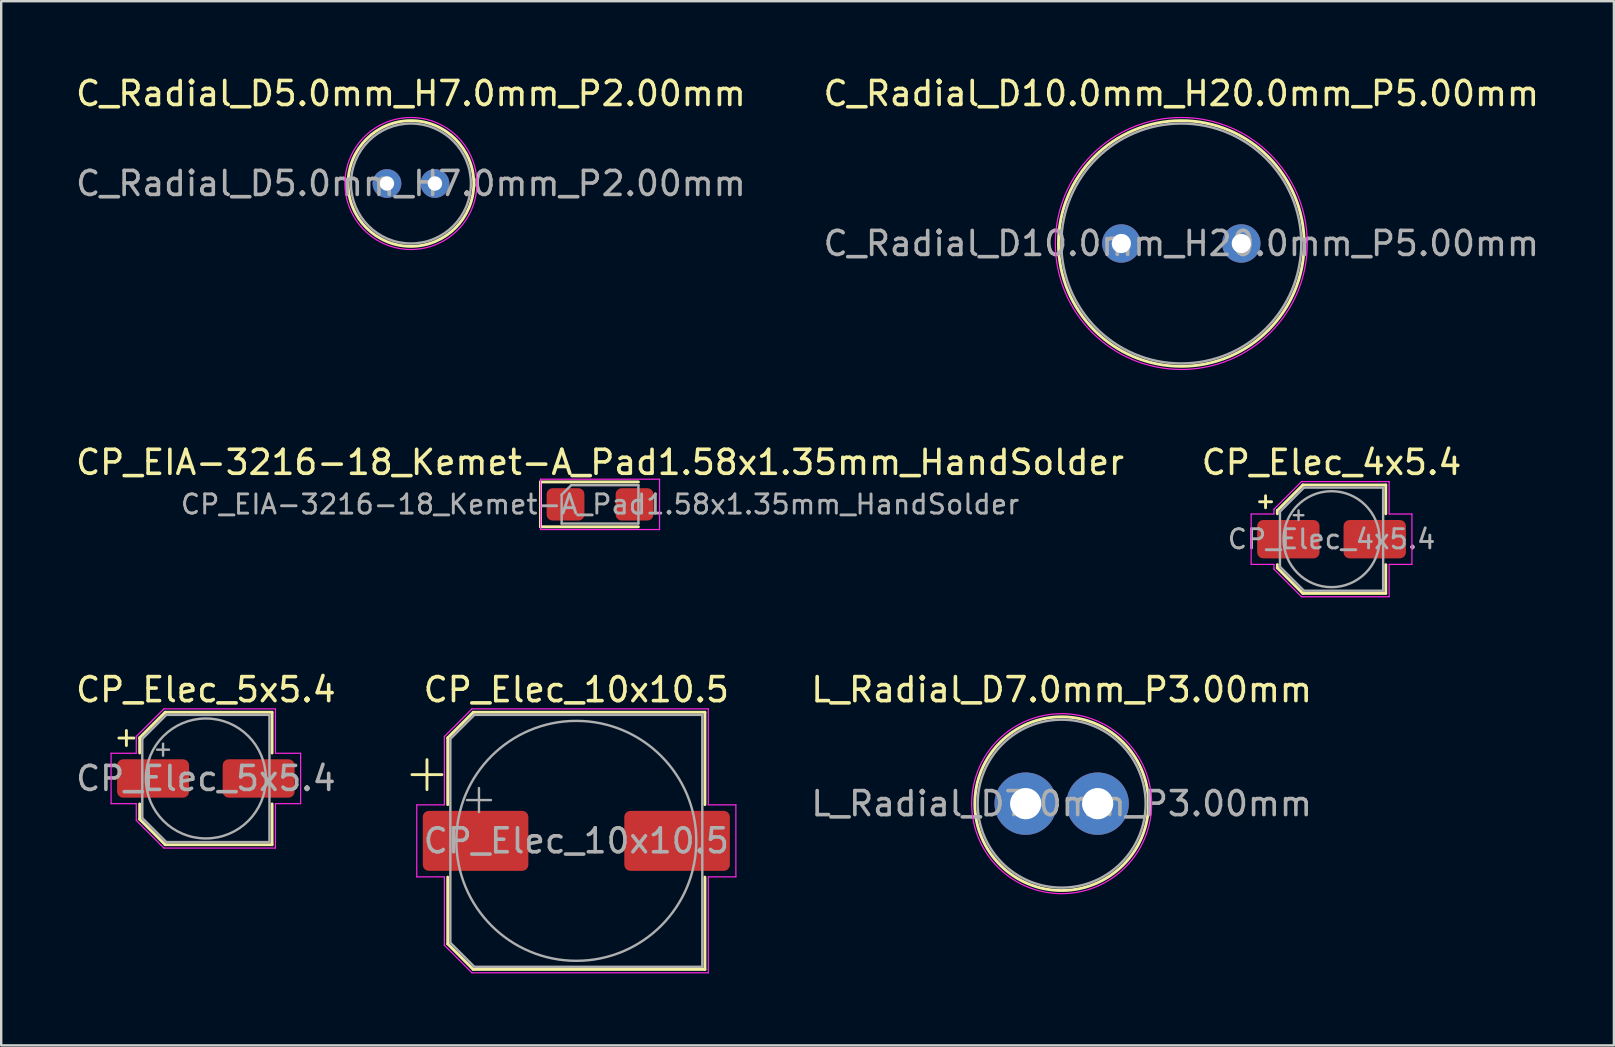
<source format=kicad_pcb>
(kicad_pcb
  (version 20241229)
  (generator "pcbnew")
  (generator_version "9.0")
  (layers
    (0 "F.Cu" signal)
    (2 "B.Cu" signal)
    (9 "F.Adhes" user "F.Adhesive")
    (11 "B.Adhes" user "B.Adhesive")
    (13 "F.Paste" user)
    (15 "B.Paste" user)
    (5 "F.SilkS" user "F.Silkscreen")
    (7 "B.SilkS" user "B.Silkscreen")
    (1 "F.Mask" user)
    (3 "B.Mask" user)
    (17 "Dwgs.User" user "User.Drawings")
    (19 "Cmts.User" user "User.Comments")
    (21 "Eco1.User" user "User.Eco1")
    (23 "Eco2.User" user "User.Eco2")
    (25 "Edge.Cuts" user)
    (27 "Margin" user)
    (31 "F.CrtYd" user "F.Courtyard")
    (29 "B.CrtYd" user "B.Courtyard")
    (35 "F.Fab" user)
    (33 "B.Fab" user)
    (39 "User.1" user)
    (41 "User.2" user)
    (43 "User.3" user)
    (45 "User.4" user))
  (footprint "CP_Elec_10x10.5"
    (layer "F.Cu")
    (at 20.97 31.995)
    (property "Reference" "CP_Elec_10x10.5" (at 0 -6.3 0) (layer "F.SilkS") (effects (font (size 1 1) (thickness 0.15))))
    (attr smd)
    (fp_line (start -6.85 -2.76) (end -5.6 -2.76) (stroke (width 0.12) (type solid)) (layer "F.SilkS"))
    (fp_line (start -6.225 -3.385) (end -6.225 -2.135) (stroke (width 0.12) (type solid)) (layer "F.SilkS"))
    (fp_line (start -5.36 -4.296) (end -5.36 -1.51) (stroke (width 0.12) (type solid)) (layer "F.SilkS"))
    (fp_line (start -5.36 -4.296) (end -4.296 -5.36) (stroke (width 0.12) (type solid)) (layer "F.SilkS"))
    (fp_line (start -5.36 4.296) (end -5.36 1.51) (stroke (width 0.12) (type solid)) (layer "F.SilkS"))
    (fp_line (start -5.36 4.296) (end -4.296 5.36) (stroke (width 0.12) (type solid)) (layer "F.SilkS"))
    (fp_line (start -4.296 -5.36) (end 5.36 -5.36) (stroke (width 0.12) (type solid)) (layer "F.SilkS"))
    (fp_line (start -4.296 5.36) (end 5.36 5.36) (stroke (width 0.12) (type solid)) (layer "F.SilkS"))
    (fp_line (start 5.36 -5.36) (end 5.36 -1.51) (stroke (width 0.12) (type solid)) (layer "F.SilkS"))
    (fp_line (start 5.36 5.36) (end 5.36 1.51) (stroke (width 0.12) (type solid)) (layer "F.SilkS"))
    (fp_line (start -6.65 -1.5) (end -6.65 1.5) (stroke (width 0.05) (type solid)) (layer "F.CrtYd"))
    (fp_line (start -6.65 1.5) (end -5.5 1.5) (stroke (width 0.05) (type solid)) (layer "F.CrtYd"))
    (fp_line (start -5.5 -4.35) (end -5.5 -1.5) (stroke (width 0.05) (type solid)) (layer "F.CrtYd"))
    (fp_line (start -5.5 -4.35) (end -4.35 -5.5) (stroke (width 0.05) (type solid)) (layer "F.CrtYd"))
    (fp_line (start -5.5 -1.5) (end -6.65 -1.5) (stroke (width 0.05) (type solid)) (layer "F.CrtYd"))
    (fp_line (start -5.5 1.5) (end -5.5 4.35) (stroke (width 0.05) (type solid)) (layer "F.CrtYd"))
    (fp_line (start -5.5 4.35) (end -4.35 5.5) (stroke (width 0.05) (type solid)) (layer "F.CrtYd"))
    (fp_line (start -4.35 -5.5) (end 5.5 -5.5) (stroke (width 0.05) (type solid)) (layer "F.CrtYd"))
    (fp_line (start -4.35 5.5) (end 5.5 5.5) (stroke (width 0.05) (type solid)) (layer "F.CrtYd"))
    (fp_line (start 5.5 -5.5) (end 5.5 -1.5) (stroke (width 0.05) (type solid)) (layer "F.CrtYd"))
    (fp_line (start 5.5 -1.5) (end 6.65 -1.5) (stroke (width 0.05) (type solid)) (layer "F.CrtYd"))
    (fp_line (start 5.5 1.5) (end 5.5 5.5) (stroke (width 0.05) (type solid)) (layer "F.CrtYd"))
    (fp_line (start 6.65 -1.5) (end 6.65 1.5) (stroke (width 0.05) (type solid)) (layer "F.CrtYd"))
    (fp_line (start 6.65 1.5) (end 5.5 1.5) (stroke (width 0.05) (type solid)) (layer "F.CrtYd"))
    (fp_line (start -5.25 -4.25) (end -5.25 4.25) (stroke (width 0.1) (type solid)) (layer "F.Fab"))
    (fp_line (start -5.25 -4.25) (end -4.25 -5.25) (stroke (width 0.1) (type solid)) (layer "F.Fab"))
    (fp_line (start -5.25 4.25) (end -4.25 5.25) (stroke (width 0.1) (type solid)) (layer "F.Fab"))
    (fp_line (start -4.558 -1.7) (end -3.558 -1.7) (stroke (width 0.1) (type solid)) (layer "F.Fab"))
    (fp_line (start -4.25 -5.25) (end 5.25 -5.25) (stroke (width 0.1) (type solid)) (layer "F.Fab"))
    (fp_line (start -4.25 5.25) (end 5.25 5.25) (stroke (width 0.1) (type solid)) (layer "F.Fab"))
    (fp_line (start -4.058 -2.2) (end -4.058 -1.2) (stroke (width 0.1) (type solid)) (layer "F.Fab"))
    (fp_line (start 5.25 -5.25) (end 5.25 5.25) (stroke (width 0.1) (type solid)) (layer "F.Fab"))
    (fp_circle (center 0 0) (end 5 0) (stroke (width 0.1) (type solid)) (fill no) (layer "F.Fab"))
    (fp_text user "${REFERENCE}" (at 0 0 0) (layer "F.Fab") (effects (font (size 1 1) (thickness 0.15))))
    (pad "1" smd roundrect (at -4.2 0) (size 4.4 2.5) (layers "F.Cu" "F.Mask" "F.Paste") (roundrect_rratio 0.1))
    (pad "2" smd roundrect (at 4.2 0) (size 4.4 2.5) (layers "F.Cu" "F.Mask" "F.Paste") (roundrect_rratio 0.1)))
  (footprint "L_Radial_D7.0mm_P3.00mm"
    (layer "F.Cu")
    (at 39.698 30.445)
    (property "Reference" "L_Radial_D7.0mm_P3.00mm" (at 1.5 -4.75 0) (layer "F.SilkS") (effects (font (size 1 1) (thickness 0.15))))
    (attr through_hole)
    (fp_circle (center 1.5 0) (end 5.12 0) (stroke (width 0.12) (type solid)) (fill no) (layer "F.SilkS"))
    (fp_circle (center 1.5 0) (end 5.25 0) (stroke (width 0.05) (type solid)) (fill no) (layer "F.CrtYd"))
    (fp_circle (center 1.5 0) (end 5 0) (stroke (width 0.1) (type solid)) (fill no) (layer "F.Fab"))
    (fp_text user "${REFERENCE}" (at 1.5 0 0) (layer "F.Fab") (effects (font (size 1 1) (thickness 0.15))))
    (pad "1" thru_hole circle (at 0 0) (size 2.6 2.6) (drill 1.3) (layers "*.Cu" "*.Mask"))
    (pad "2" thru_hole circle (at 3 0) (size 2.6 2.6) (drill 1.3) (layers "*.Cu" "*.Mask")))
  (footprint "CP_Elec_4x5.4"
    (layer "F.Cu")
    (at 52.446 19.422)
    (property "Reference" "CP_Elec_4x5.4" (at 0 -3.2 0) (layer "F.SilkS") (effects (font (size 1 1) (thickness 0.15))))
    (attr smd)
    (fp_line (start -3 -1.56) (end -2.5 -1.56) (stroke (width 0.12) (type solid)) (layer "F.SilkS"))
    (fp_line (start -2.75 -1.81) (end -2.75 -1.31) (stroke (width 0.12) (type solid)) (layer "F.SilkS"))
    (fp_line (start -2.26 -1.196) (end -2.26 -1.06) (stroke (width 0.12) (type solid)) (layer "F.SilkS"))
    (fp_line (start -2.26 -1.196) (end -1.196 -2.26) (stroke (width 0.12) (type solid)) (layer "F.SilkS"))
    (fp_line (start -2.26 1.196) (end -2.26 1.06) (stroke (width 0.12) (type solid)) (layer "F.SilkS"))
    (fp_line (start -2.26 1.196) (end -1.196 2.26) (stroke (width 0.12) (type solid)) (layer "F.SilkS"))
    (fp_line (start -1.196 -2.26) (end 2.26 -2.26) (stroke (width 0.12) (type solid)) (layer "F.SilkS"))
    (fp_line (start -1.196 2.26) (end 2.26 2.26) (stroke (width 0.12) (type solid)) (layer "F.SilkS"))
    (fp_line (start 2.26 -2.26) (end 2.26 -1.06) (stroke (width 0.12) (type solid)) (layer "F.SilkS"))
    (fp_line (start 2.26 2.26) (end 2.26 1.06) (stroke (width 0.12) (type solid)) (layer "F.SilkS"))
    (fp_line (start -3.35 -1.05) (end -3.35 1.05) (stroke (width 0.05) (type solid)) (layer "F.CrtYd"))
    (fp_line (start -3.35 1.05) (end -2.4 1.05) (stroke (width 0.05) (type solid)) (layer "F.CrtYd"))
    (fp_line (start -2.4 -1.25) (end -2.4 -1.05) (stroke (width 0.05) (type solid)) (layer "F.CrtYd"))
    (fp_line (start -2.4 -1.25) (end -1.25 -2.4) (stroke (width 0.05) (type solid)) (layer "F.CrtYd"))
    (fp_line (start -2.4 -1.05) (end -3.35 -1.05) (stroke (width 0.05) (type solid)) (layer "F.CrtYd"))
    (fp_line (start -2.4 1.05) (end -2.4 1.25) (stroke (width 0.05) (type solid)) (layer "F.CrtYd"))
    (fp_line (start -2.4 1.25) (end -1.25 2.4) (stroke (width 0.05) (type solid)) (layer "F.CrtYd"))
    (fp_line (start -1.25 -2.4) (end 2.4 -2.4) (stroke (width 0.05) (type solid)) (layer "F.CrtYd"))
    (fp_line (start -1.25 2.4) (end 2.4 2.4) (stroke (width 0.05) (type solid)) (layer "F.CrtYd"))
    (fp_line (start 2.4 -2.4) (end 2.4 -1.05) (stroke (width 0.05) (type solid)) (layer "F.CrtYd"))
    (fp_line (start 2.4 -1.05) (end 3.35 -1.05) (stroke (width 0.05) (type solid)) (layer "F.CrtYd"))
    (fp_line (start 2.4 1.05) (end 2.4 2.4) (stroke (width 0.05) (type solid)) (layer "F.CrtYd"))
    (fp_line (start 3.35 -1.05) (end 3.35 1.05) (stroke (width 0.05) (type solid)) (layer "F.CrtYd"))
    (fp_line (start 3.35 1.05) (end 2.4 1.05) (stroke (width 0.05) (type solid)) (layer "F.CrtYd"))
    (fp_line (start -2.15 -1.15) (end -2.15 1.15) (stroke (width 0.1) (type solid)) (layer "F.Fab"))
    (fp_line (start -2.15 -1.15) (end -1.15 -2.15) (stroke (width 0.1) (type solid)) (layer "F.Fab"))
    (fp_line (start -2.15 1.15) (end -1.15 2.15) (stroke (width 0.1) (type solid)) (layer "F.Fab"))
    (fp_line (start -1.575 -1) (end -1.175 -1) (stroke (width 0.1) (type solid)) (layer "F.Fab"))
    (fp_line (start -1.375 -1.2) (end -1.375 -0.8) (stroke (width 0.1) (type solid)) (layer "F.Fab"))
    (fp_line (start -1.15 -2.15) (end 2.15 -2.15) (stroke (width 0.1) (type solid)) (layer "F.Fab"))
    (fp_line (start -1.15 2.15) (end 2.15 2.15) (stroke (width 0.1) (type solid)) (layer "F.Fab"))
    (fp_line (start 2.15 -2.15) (end 2.15 2.15) (stroke (width 0.1) (type solid)) (layer "F.Fab"))
    (fp_circle (center 0 0) (end 2 0) (stroke (width 0.1) (type solid)) (fill no) (layer "F.Fab"))
    (fp_text user "${REFERENCE}" (at 0 0 0) (layer "F.Fab") (effects (font (size 0.8 0.8) (thickness 0.12))))
    (pad "1" smd roundrect (at -1.8 0) (size 2.6 1.6) (layers "F.Cu" "F.Mask" "F.Paste") (roundrect_rratio 0.156))
    (pad "2" smd roundrect (at 1.8 0) (size 2.6 1.6) (layers "F.Cu" "F.Mask" "F.Paste") (roundrect_rratio 0.156)))
  (footprint "CP_EIA-3216-18_Kemet-A_Pad1.58x1.35mm_HandSolder"
    (layer "F.Cu")
    (at 21.958 17.971)
    (property "Reference" "CP_EIA-3216-18_Kemet-A_Pad1.58x1.35mm_HandSolder" (at 0 -1.75 0) (layer "F.SilkS") (effects (font (size 1 1) (thickness 0.15))))
    (attr smd)
    (fp_line (start -2.485 -0.935) (end -2.485 0.935) (stroke (width 0.12) (type solid)) (layer "F.SilkS"))
    (fp_line (start -2.485 0.935) (end 1.6 0.935) (stroke (width 0.12) (type solid)) (layer "F.SilkS"))
    (fp_line (start 1.6 -0.935) (end -2.485 -0.935) (stroke (width 0.12) (type solid)) (layer "F.SilkS"))
    (fp_line (start -2.48 -1.05) (end 2.48 -1.05) (stroke (width 0.05) (type solid)) (layer "F.CrtYd"))
    (fp_line (start -2.48 1.05) (end -2.48 -1.05) (stroke (width 0.05) (type solid)) (layer "F.CrtYd"))
    (fp_line (start 2.48 -1.05) (end 2.48 1.05) (stroke (width 0.05) (type solid)) (layer "F.CrtYd"))
    (fp_line (start 2.48 1.05) (end -2.48 1.05) (stroke (width 0.05) (type solid)) (layer "F.CrtYd"))
    (fp_line (start -1.6 -0.4) (end -1.6 0.8) (stroke (width 0.1) (type solid)) (layer "F.Fab"))
    (fp_line (start -1.6 0.8) (end 1.6 0.8) (stroke (width 0.1) (type solid)) (layer "F.Fab"))
    (fp_line (start -1.2 -0.8) (end -1.6 -0.4) (stroke (width 0.1) (type solid)) (layer "F.Fab"))
    (fp_line (start 1.6 -0.8) (end -1.2 -0.8) (stroke (width 0.1) (type solid)) (layer "F.Fab"))
    (fp_line (start 1.6 0.8) (end 1.6 -0.8) (stroke (width 0.1) (type solid)) (layer "F.Fab"))
    (fp_text user "${REFERENCE}" (at 0 0 0) (layer "F.Fab") (effects (font (size 0.8 0.8) (thickness 0.12))))
    (pad "1" smd roundrect (at -1.438 0) (size 1.575 1.35) (layers "F.Cu" "F.Mask" "F.Paste") (roundrect_rratio 0.185))
    (pad "2" smd roundrect (at 1.438 0) (size 1.575 1.35) (layers "F.Cu" "F.Mask" "F.Paste") (roundrect_rratio 0.185)))
  (footprint "CP_Elec_5x5.4"
    (layer "F.Cu")
    (at 5.53 29.395)
    (property "Reference" "CP_Elec_5x5.4" (at 0 -3.7 0) (layer "F.SilkS") (effects (font (size 1 1) (thickness 0.15))))
    (attr smd)
    (fp_line (start -3.625 -1.685) (end -3 -1.685) (stroke (width 0.12) (type solid)) (layer "F.SilkS"))
    (fp_line (start -3.312 -1.998) (end -3.312 -1.373) (stroke (width 0.12) (type solid)) (layer "F.SilkS"))
    (fp_line (start -2.76 -1.696) (end -2.76 -1.06) (stroke (width 0.12) (type solid)) (layer "F.SilkS"))
    (fp_line (start -2.76 -1.696) (end -1.696 -2.76) (stroke (width 0.12) (type solid)) (layer "F.SilkS"))
    (fp_line (start -2.76 1.696) (end -2.76 1.06) (stroke (width 0.12) (type solid)) (layer "F.SilkS"))
    (fp_line (start -2.76 1.696) (end -1.696 2.76) (stroke (width 0.12) (type solid)) (layer "F.SilkS"))
    (fp_line (start -1.696 -2.76) (end 2.76 -2.76) (stroke (width 0.12) (type solid)) (layer "F.SilkS"))
    (fp_line (start -1.696 2.76) (end 2.76 2.76) (stroke (width 0.12) (type solid)) (layer "F.SilkS"))
    (fp_line (start 2.76 -2.76) (end 2.76 -1.06) (stroke (width 0.12) (type solid)) (layer "F.SilkS"))
    (fp_line (start 2.76 2.76) (end 2.76 1.06) (stroke (width 0.12) (type solid)) (layer "F.SilkS"))
    (fp_line (start -3.95 -1.05) (end -3.95 1.05) (stroke (width 0.05) (type solid)) (layer "F.CrtYd"))
    (fp_line (start -3.95 1.05) (end -2.9 1.05) (stroke (width 0.05) (type solid)) (layer "F.CrtYd"))
    (fp_line (start -2.9 -1.75) (end -2.9 -1.05) (stroke (width 0.05) (type solid)) (layer "F.CrtYd"))
    (fp_line (start -2.9 -1.75) (end -1.75 -2.9) (stroke (width 0.05) (type solid)) (layer "F.CrtYd"))
    (fp_line (start -2.9 -1.05) (end -3.95 -1.05) (stroke (width 0.05) (type solid)) (layer "F.CrtYd"))
    (fp_line (start -2.9 1.05) (end -2.9 1.75) (stroke (width 0.05) (type solid)) (layer "F.CrtYd"))
    (fp_line (start -2.9 1.75) (end -1.75 2.9) (stroke (width 0.05) (type solid)) (layer "F.CrtYd"))
    (fp_line (start -1.75 -2.9) (end 2.9 -2.9) (stroke (width 0.05) (type solid)) (layer "F.CrtYd"))
    (fp_line (start -1.75 2.9) (end 2.9 2.9) (stroke (width 0.05) (type solid)) (layer "F.CrtYd"))
    (fp_line (start 2.9 -2.9) (end 2.9 -1.05) (stroke (width 0.05) (type solid)) (layer "F.CrtYd"))
    (fp_line (start 2.9 -1.05) (end 3.95 -1.05) (stroke (width 0.05) (type solid)) (layer "F.CrtYd"))
    (fp_line (start 2.9 1.05) (end 2.9 2.9) (stroke (width 0.05) (type solid)) (layer "F.CrtYd"))
    (fp_line (start 3.95 -1.05) (end 3.95 1.05) (stroke (width 0.05) (type solid)) (layer "F.CrtYd"))
    (fp_line (start 3.95 1.05) (end 2.9 1.05) (stroke (width 0.05) (type solid)) (layer "F.CrtYd"))
    (fp_line (start -2.65 -1.65) (end -2.65 1.65) (stroke (width 0.1) (type solid)) (layer "F.Fab"))
    (fp_line (start -2.65 -1.65) (end -1.65 -2.65) (stroke (width 0.1) (type solid)) (layer "F.Fab"))
    (fp_line (start -2.65 1.65) (end -1.65 2.65) (stroke (width 0.1) (type solid)) (layer "F.Fab"))
    (fp_line (start -2.034 -1.2) (end -1.534 -1.2) (stroke (width 0.1) (type solid)) (layer "F.Fab"))
    (fp_line (start -1.784 -1.45) (end -1.784 -0.95) (stroke (width 0.1) (type solid)) (layer "F.Fab"))
    (fp_line (start -1.65 -2.65) (end 2.65 -2.65) (stroke (width 0.1) (type solid)) (layer "F.Fab"))
    (fp_line (start -1.65 2.65) (end 2.65 2.65) (stroke (width 0.1) (type solid)) (layer "F.Fab"))
    (fp_line (start 2.65 -2.65) (end 2.65 2.65) (stroke (width 0.1) (type solid)) (layer "F.Fab"))
    (fp_circle (center 0 0) (end 2.5 0) (stroke (width 0.1) (type solid)) (fill no) (layer "F.Fab"))
    (fp_text user "${REFERENCE}" (at 0 0 0) (layer "F.Fab") (effects (font (size 1 1) (thickness 0.15))))
    (pad "1" smd roundrect (at -2.2 0) (size 3 1.6) (layers "F.Cu" "F.Mask" "F.Paste") (roundrect_rratio 0.156))
    (pad "2" smd roundrect (at 2.2 0) (size 3 1.6) (layers "F.Cu" "F.Mask" "F.Paste") (roundrect_rratio 0.156)))
  (footprint "C_Radial_D10.0mm_H20.0mm_P5.00mm"
    (layer "F.Cu")
    (at 43.685 7.098)
    (property "Reference" "C_Radial_D10.0mm_H20.0mm_P5.00mm" (at 2.5 -6.25 0) (layer "F.SilkS") (effects (font (size 1 1) (thickness 0.15))))
    (attr through_hole)
    (fp_circle (center 2.5 0) (end 7.62 0) (stroke (width 0.12) (type solid)) (fill no) (layer "F.SilkS"))
    (fp_circle (center 2.5 0) (end 7.75 0) (stroke (width 0.05) (type solid)) (fill no) (layer "F.CrtYd"))
    (fp_circle (center 2.5 0) (end 7.5 0) (stroke (width 0.1) (type solid)) (fill no) (layer "F.Fab"))
    (fp_text user "${REFERENCE}" (at 2.5 0 0) (layer "F.Fab") (effects (font (size 1 1) (thickness 0.15))))
    (pad "1" thru_hole circle (at 0 0) (size 1.6 1.6) (drill 0.8) (layers "*.Cu" "*.Mask"))
    (pad "2" thru_hole circle (at 5 0) (size 1.6 1.6) (drill 0.8) (layers "*.Cu" "*.Mask")))
  (footprint "C_Radial_D5.0mm_H7.0mm_P2.00mm"
    (layer "F.Cu")
    (at 13.077 4.598)
    (property "Reference" "C_Radial_D5.0mm_H7.0mm_P2.00mm" (at 1 -3.75 0) (layer "F.SilkS") (effects (font (size 1 1) (thickness 0.15))))
    (attr through_hole)
    (fp_circle (center 1 0) (end 3.62 0) (stroke (width 0.12) (type solid)) (fill no) (layer "F.SilkS"))
    (fp_circle (center 1 0) (end 3.75 0) (stroke (width 0.05) (type solid)) (fill no) (layer "F.CrtYd"))
    (fp_circle (center 1 0) (end 3.5 0) (stroke (width 0.1) (type solid)) (fill no) (layer "F.Fab"))
    (fp_text user "${REFERENCE}" (at 1 0 0) (layer "F.Fab") (effects (font (size 1 1) (thickness 0.15))))
    (pad "1" thru_hole circle (at 0 0) (size 1.2 1.2) (drill 0.6) (layers "*.Cu" "*.Mask"))
    (pad "2" thru_hole circle (at 2 0) (size 1.2 1.2) (drill 0.6) (layers "*.Cu" "*.Mask")))
  (gr_rect
    (start -3 -3)
    (end 64.214 40.52)
    (stroke (width 0.1) (type default))
    (fill no)
    (layer "Edge.Cuts")))
</source>
